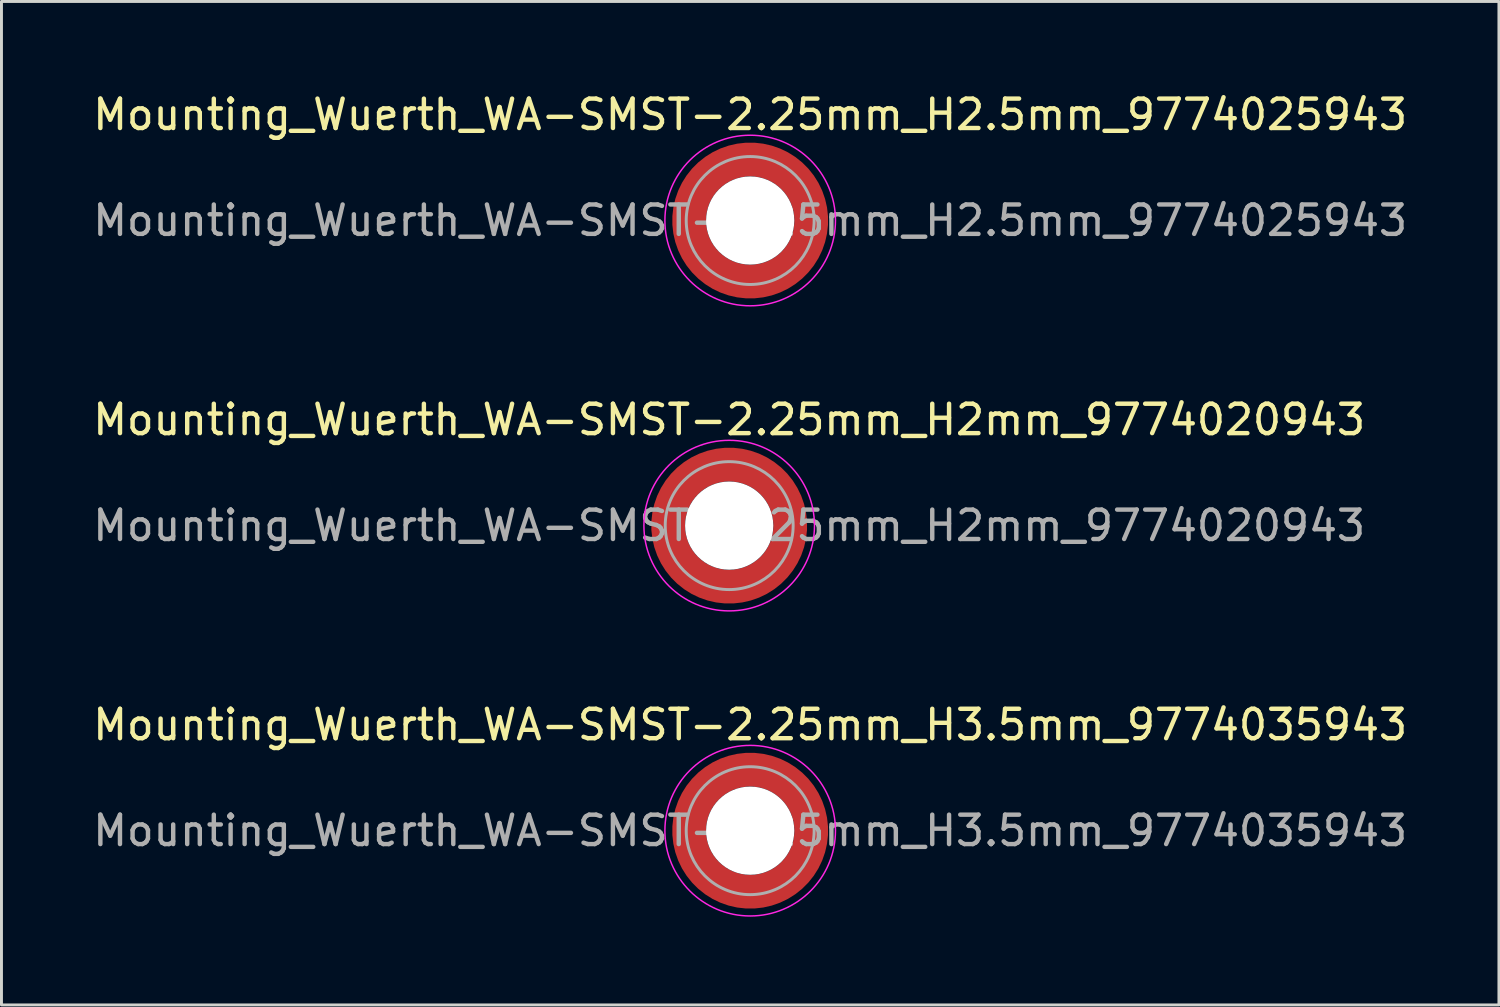
<source format=kicad_pcb>
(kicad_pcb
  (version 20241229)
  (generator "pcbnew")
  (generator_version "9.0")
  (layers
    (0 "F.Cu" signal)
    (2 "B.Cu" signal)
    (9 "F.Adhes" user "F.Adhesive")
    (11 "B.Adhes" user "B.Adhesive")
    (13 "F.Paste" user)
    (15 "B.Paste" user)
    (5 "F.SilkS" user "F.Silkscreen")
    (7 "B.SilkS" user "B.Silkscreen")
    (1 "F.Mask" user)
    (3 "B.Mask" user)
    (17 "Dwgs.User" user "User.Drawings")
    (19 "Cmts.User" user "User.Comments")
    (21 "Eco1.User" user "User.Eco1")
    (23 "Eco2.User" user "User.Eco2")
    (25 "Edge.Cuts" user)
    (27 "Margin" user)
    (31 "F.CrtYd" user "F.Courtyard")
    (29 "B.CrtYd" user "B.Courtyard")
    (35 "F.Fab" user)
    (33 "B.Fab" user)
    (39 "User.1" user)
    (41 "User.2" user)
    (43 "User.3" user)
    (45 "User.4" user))
  (footprint "Mounting_Wuerth_WA-SMST-2.25mm_H3.5mm_9774035943"
    (layer "F.Cu")
    (at 22.458 25.195)
    (property "Reference" "Mounting_Wuerth_WA-SMST-2.25mm_H3.5mm_9774035943" (at 0 -3.6 0) (layer "F.SilkS") (effects (font (size 1 1) (thickness 0.15))))
    (attr smd)
    (fp_circle (center 0 0) (end 2.9 0) (stroke (width 0.05) (type solid)) (fill no) (layer "F.CrtYd"))
    (fp_circle (center 0 0) (end 2.175 0) (stroke (width 0.1) (type solid)) (fill no) (layer "F.Fab"))
    (fp_text user "${REFERENCE}" (at 0 0 0) (layer "F.Fab") (effects (font (size 1 1) (thickness 0.15))))
    (pad "" smd custom (at -1.453 -1.453) (size 0.61 0.61) (layers "F.Paste") (options (anchor circle)) (primitives (gr_arc (start -0.147677 1.053104) (mid 0.285964 0.286792) (end 1.051968 -0.147393) (width 0.2)) (gr_arc (start -0.240295 1.053104) (mid 0.22253 0.222946) (end 1.052531 -0.24016) (width 0.2)) (gr_arc (start -0.332645 1.053104) (mid 0.158548 0.15965) (end 1.051583 -0.332304) (width 0.2)) (gr_arc (start -0.424767 1.053104) (mid 0.09486 0.096059) (end 1.051446 -0.424413) (width 0.2)) (gr_arc (start -0.516693 1.053104) (mid 0.031293 0.032346) (end 1.051645 -0.516396) (width 0.2)) (gr_arc (start -0.608448 1.053104) (mid -0.032323 -0.031316) (end 1.051707 -0.608176) (width 0.2)) (gr_arc (start -0.700056 1.053104) (mid -0.09616 -0.094758) (end 1.051155 -0.699693) (width 0.2)) (gr_arc (start -0.791534 1.053104) (mid -0.160388 -0.15781) (end 1.049515 -0.790891) (width 0.2)) (gr_arc (start -0.882896 1.053104) (mid -0.223713 -0.221764) (end 1.050388 -0.882429) (width 0.2)) (gr_arc (start -0.974157 1.053104) (mid -0.287654 -0.285101) (end 1.049541 -0.973567) (width 0.2)) (gr_line (start 1.053 -0.148) (end 1.053 -0.974) (width 0.2)) (gr_line (start -0.148 1.053) (end -0.974 1.053) (width 0.2))))
    (pad "" smd custom (at -1.453 1.453) (size 0.61 0.61) (layers "F.Paste") (options (anchor circle)) (primitives (gr_arc (start 1.053104 0.147677) (mid 0.286792 -0.285964) (end -0.147393 -1.051968) (width 0.2)) (gr_arc (start 1.053104 0.240295) (mid 0.222946 -0.22253) (end -0.24016 -1.052531) (width 0.2)) (gr_arc (start 1.053104 0.332645) (mid 0.15965 -0.158548) (end -0.332304 -1.051583) (width 0.2)) (gr_arc (start 1.053104 0.424767) (mid 0.096059 -0.09486) (end -0.424413 -1.051446) (width 0.2)) (gr_arc (start 1.053104 0.516693) (mid 0.032346 -0.031293) (end -0.516396 -1.051645) (width 0.2)) (gr_arc (start 1.053104 0.608448) (mid -0.031316 0.032323) (end -0.608176 -1.051707) (width 0.2)) (gr_arc (start 1.053104 0.700056) (mid -0.094758 0.09616) (end -0.699693 -1.051155) (width 0.2)) (gr_arc (start 1.053104 0.791534) (mid -0.15781 0.160388) (end -0.790891 -1.049515) (width 0.2)) (gr_arc (start 1.053104 0.882896) (mid -0.221764 0.223713) (end -0.882429 -1.050388) (width 0.2)) (gr_arc (start 1.053104 0.974157) (mid -0.285101 0.287654) (end -0.973567 -1.049541) (width 0.2)) (gr_line (start -0.148 -1.053) (end -0.974 -1.053) (width 0.2)) (gr_line (start 1.053 0.148) (end 1.053 0.974) (width 0.2))))
    (pad "" np_thru_hole circle (at 0 0) (size 3 3) (drill 3) (layers "*.Cu" "*.Mask"))
    (pad "" smd custom (at 1.453 -1.453) (size 0.61 0.61) (layers "F.Paste") (options (anchor circle)) (primitives (gr_arc (start -1.053104 -0.147677) (mid -0.286792 0.285964) (end 0.147393 1.051968) (width 0.2)) (gr_arc (start -1.053104 -0.240295) (mid -0.222946 0.22253) (end 0.24016 1.052531) (width 0.2)) (gr_arc (start -1.053104 -0.332645) (mid -0.15965 0.158548) (end 0.332304 1.051583) (width 0.2)) (gr_arc (start -1.053104 -0.424767) (mid -0.096059 0.09486) (end 0.424413 1.051446) (width 0.2)) (gr_arc (start -1.053104 -0.516693) (mid -0.032346 0.031293) (end 0.516396 1.051645) (width 0.2)) (gr_arc (start -1.053104 -0.608448) (mid 0.031316 -0.032323) (end 0.608176 1.051707) (width 0.2)) (gr_arc (start -1.053104 -0.700056) (mid 0.094758 -0.09616) (end 0.699693 1.051155) (width 0.2)) (gr_arc (start -1.053104 -0.791534) (mid 0.15781 -0.160388) (end 0.790891 1.049515) (width 0.2)) (gr_arc (start -1.053104 -0.882896) (mid 0.221764 -0.223713) (end 0.882429 1.050388) (width 0.2)) (gr_arc (start -1.053104 -0.974157) (mid 0.285101 -0.287654) (end 0.973567 1.049541) (width 0.2)) (gr_line (start 0.148 1.053) (end 0.974 1.053) (width 0.2)) (gr_line (start -1.053 -0.148) (end -1.053 -0.974) (width 0.2))))
    (pad "" smd custom (at 1.453 1.453) (size 0.61 0.61) (layers "F.Paste") (options (anchor circle)) (primitives (gr_arc (start 0.147677 -1.053104) (mid -0.285964 -0.286792) (end -1.051968 0.147393) (width 0.2)) (gr_arc (start 0.240295 -1.053104) (mid -0.22253 -0.222946) (end -1.052531 0.24016) (width 0.2)) (gr_arc (start 0.332645 -1.053104) (mid -0.158548 -0.15965) (end -1.051583 0.332304) (width 0.2)) (gr_arc (start 0.424767 -1.053104) (mid -0.09486 -0.096059) (end -1.051446 0.424413) (width 0.2)) (gr_arc (start 0.516693 -1.053104) (mid -0.031293 -0.032346) (end -1.051645 0.516396) (width 0.2)) (gr_arc (start 0.608448 -1.053104) (mid 0.032323 0.031316) (end -1.051707 0.608176) (width 0.2)) (gr_arc (start 0.700056 -1.053104) (mid 0.09616 0.094758) (end -1.051155 0.699693) (width 0.2)) (gr_arc (start 0.791534 -1.053104) (mid 0.160388 0.15781) (end -1.049515 0.790891) (width 0.2)) (gr_arc (start 0.882896 -1.053104) (mid 0.223713 0.221764) (end -1.050388 0.882429) (width 0.2)) (gr_arc (start 0.974157 -1.053104) (mid 0.287654 0.285101) (end -1.049541 0.973567) (width 0.2)) (gr_line (start -1.053 0.148) (end -1.053 0.974) (width 0.2)) (gr_line (start 0.148 -1.053) (end 0.974 -1.053) (width 0.2))))
    (pad "1" smd circle (at -2.075 0) (size 0.75 0.75) (layers "F.Cu"))
    (pad "1" smd circle (at 0 -2.075) (size 0.75 0.75) (layers "F.Cu"))
    (pad "1" smd circle (at 0 2.075) (size 0.75 0.75) (layers "F.Cu"))
    (pad "1" smd custom (at 2.075 0) (size 0.75 0.75) (layers "F.Cu" "F.Mask") (options (anchor circle)) (primitives (gr_circle (center -2.075 0) (end 0 0) (width 1.15) (fill no)))))
  (footprint "Mounting_Wuerth_WA-SMST-2.25mm_H2.5mm_9774025943"
    (layer "F.Cu")
    (at 22.458 4.448)
    (property "Reference" "Mounting_Wuerth_WA-SMST-2.25mm_H2.5mm_9774025943" (at 0 -3.6 0) (layer "F.SilkS") (effects (font (size 1 1) (thickness 0.15))))
    (attr smd)
    (fp_circle (center 0 0) (end 2.9 0) (stroke (width 0.05) (type solid)) (fill no) (layer "F.CrtYd"))
    (fp_circle (center 0 0) (end 2.175 0) (stroke (width 0.1) (type solid)) (fill no) (layer "F.Fab"))
    (fp_text user "${REFERENCE}" (at 0 0 0) (layer "F.Fab") (effects (font (size 1 1) (thickness 0.15))))
    (pad "" smd custom (at -1.453 -1.453) (size 0.61 0.61) (layers "F.Paste") (options (anchor circle)) (primitives (gr_arc (start -0.147677 1.053104) (mid 0.285964 0.286792) (end 1.051968 -0.147393) (width 0.2)) (gr_arc (start -0.240295 1.053104) (mid 0.22253 0.222946) (end 1.052531 -0.24016) (width 0.2)) (gr_arc (start -0.332645 1.053104) (mid 0.158548 0.15965) (end 1.051583 -0.332304) (width 0.2)) (gr_arc (start -0.424767 1.053104) (mid 0.09486 0.096059) (end 1.051446 -0.424413) (width 0.2)) (gr_arc (start -0.516693 1.053104) (mid 0.031293 0.032346) (end 1.051645 -0.516396) (width 0.2)) (gr_arc (start -0.608448 1.053104) (mid -0.032323 -0.031316) (end 1.051707 -0.608176) (width 0.2)) (gr_arc (start -0.700056 1.053104) (mid -0.09616 -0.094758) (end 1.051155 -0.699693) (width 0.2)) (gr_arc (start -0.791534 1.053104) (mid -0.160388 -0.15781) (end 1.049515 -0.790891) (width 0.2)) (gr_arc (start -0.882896 1.053104) (mid -0.223713 -0.221764) (end 1.050388 -0.882429) (width 0.2)) (gr_arc (start -0.974157 1.053104) (mid -0.287654 -0.285101) (end 1.049541 -0.973567) (width 0.2)) (gr_line (start 1.053 -0.148) (end 1.053 -0.974) (width 0.2)) (gr_line (start -0.148 1.053) (end -0.974 1.053) (width 0.2))))
    (pad "" smd custom (at -1.453 1.453) (size 0.61 0.61) (layers "F.Paste") (options (anchor circle)) (primitives (gr_arc (start 1.053104 0.147677) (mid 0.286792 -0.285964) (end -0.147393 -1.051968) (width 0.2)) (gr_arc (start 1.053104 0.240295) (mid 0.222946 -0.22253) (end -0.24016 -1.052531) (width 0.2)) (gr_arc (start 1.053104 0.332645) (mid 0.15965 -0.158548) (end -0.332304 -1.051583) (width 0.2)) (gr_arc (start 1.053104 0.424767) (mid 0.096059 -0.09486) (end -0.424413 -1.051446) (width 0.2)) (gr_arc (start 1.053104 0.516693) (mid 0.032346 -0.031293) (end -0.516396 -1.051645) (width 0.2)) (gr_arc (start 1.053104 0.608448) (mid -0.031316 0.032323) (end -0.608176 -1.051707) (width 0.2)) (gr_arc (start 1.053104 0.700056) (mid -0.094758 0.09616) (end -0.699693 -1.051155) (width 0.2)) (gr_arc (start 1.053104 0.791534) (mid -0.15781 0.160388) (end -0.790891 -1.049515) (width 0.2)) (gr_arc (start 1.053104 0.882896) (mid -0.221764 0.223713) (end -0.882429 -1.050388) (width 0.2)) (gr_arc (start 1.053104 0.974157) (mid -0.285101 0.287654) (end -0.973567 -1.049541) (width 0.2)) (gr_line (start -0.148 -1.053) (end -0.974 -1.053) (width 0.2)) (gr_line (start 1.053 0.148) (end 1.053 0.974) (width 0.2))))
    (pad "" np_thru_hole circle (at 0 0) (size 3 3) (drill 3) (layers "*.Cu" "*.Mask"))
    (pad "" smd custom (at 1.453 -1.453) (size 0.61 0.61) (layers "F.Paste") (options (anchor circle)) (primitives (gr_arc (start -1.053104 -0.147677) (mid -0.286792 0.285964) (end 0.147393 1.051968) (width 0.2)) (gr_arc (start -1.053104 -0.240295) (mid -0.222946 0.22253) (end 0.24016 1.052531) (width 0.2)) (gr_arc (start -1.053104 -0.332645) (mid -0.15965 0.158548) (end 0.332304 1.051583) (width 0.2)) (gr_arc (start -1.053104 -0.424767) (mid -0.096059 0.09486) (end 0.424413 1.051446) (width 0.2)) (gr_arc (start -1.053104 -0.516693) (mid -0.032346 0.031293) (end 0.516396 1.051645) (width 0.2)) (gr_arc (start -1.053104 -0.608448) (mid 0.031316 -0.032323) (end 0.608176 1.051707) (width 0.2)) (gr_arc (start -1.053104 -0.700056) (mid 0.094758 -0.09616) (end 0.699693 1.051155) (width 0.2)) (gr_arc (start -1.053104 -0.791534) (mid 0.15781 -0.160388) (end 0.790891 1.049515) (width 0.2)) (gr_arc (start -1.053104 -0.882896) (mid 0.221764 -0.223713) (end 0.882429 1.050388) (width 0.2)) (gr_arc (start -1.053104 -0.974157) (mid 0.285101 -0.287654) (end 0.973567 1.049541) (width 0.2)) (gr_line (start 0.148 1.053) (end 0.974 1.053) (width 0.2)) (gr_line (start -1.053 -0.148) (end -1.053 -0.974) (width 0.2))))
    (pad "" smd custom (at 1.453 1.453) (size 0.61 0.61) (layers "F.Paste") (options (anchor circle)) (primitives (gr_arc (start 0.147677 -1.053104) (mid -0.285964 -0.286792) (end -1.051968 0.147393) (width 0.2)) (gr_arc (start 0.240295 -1.053104) (mid -0.22253 -0.222946) (end -1.052531 0.24016) (width 0.2)) (gr_arc (start 0.332645 -1.053104) (mid -0.158548 -0.15965) (end -1.051583 0.332304) (width 0.2)) (gr_arc (start 0.424767 -1.053104) (mid -0.09486 -0.096059) (end -1.051446 0.424413) (width 0.2)) (gr_arc (start 0.516693 -1.053104) (mid -0.031293 -0.032346) (end -1.051645 0.516396) (width 0.2)) (gr_arc (start 0.608448 -1.053104) (mid 0.032323 0.031316) (end -1.051707 0.608176) (width 0.2)) (gr_arc (start 0.700056 -1.053104) (mid 0.09616 0.094758) (end -1.051155 0.699693) (width 0.2)) (gr_arc (start 0.791534 -1.053104) (mid 0.160388 0.15781) (end -1.049515 0.790891) (width 0.2)) (gr_arc (start 0.882896 -1.053104) (mid 0.223713 0.221764) (end -1.050388 0.882429) (width 0.2)) (gr_arc (start 0.974157 -1.053104) (mid 0.287654 0.285101) (end -1.049541 0.973567) (width 0.2)) (gr_line (start -1.053 0.148) (end -1.053 0.974) (width 0.2)) (gr_line (start 0.148 -1.053) (end 0.974 -1.053) (width 0.2))))
    (pad "1" smd circle (at -2.075 0) (size 0.75 0.75) (layers "F.Cu"))
    (pad "1" smd circle (at 0 -2.075) (size 0.75 0.75) (layers "F.Cu"))
    (pad "1" smd circle (at 0 2.075) (size 0.75 0.75) (layers "F.Cu"))
    (pad "1" smd custom (at 2.075 0) (size 0.75 0.75) (layers "F.Cu" "F.Mask") (options (anchor circle)) (primitives (gr_circle (center -2.075 0) (end 0 0) (width 1.15) (fill no)))))
  (footprint "Mounting_Wuerth_WA-SMST-2.25mm_H2mm_9774020943"
    (layer "F.Cu")
    (at 21.744 14.822)
    (property "Reference" "Mounting_Wuerth_WA-SMST-2.25mm_H2mm_9774020943" (at 0 -3.6 0) (layer "F.SilkS") (effects (font (size 1 1) (thickness 0.15))))
    (attr smd)
    (fp_circle (center 0 0) (end 2.9 0) (stroke (width 0.05) (type solid)) (fill no) (layer "F.CrtYd"))
    (fp_circle (center 0 0) (end 2.175 0) (stroke (width 0.1) (type solid)) (fill no) (layer "F.Fab"))
    (fp_text user "${REFERENCE}" (at 0 0 0) (layer "F.Fab") (effects (font (size 1 1) (thickness 0.15))))
    (pad "" smd custom (at -1.453 -1.453) (size 0.61 0.61) (layers "F.Paste") (options (anchor circle)) (primitives (gr_arc (start -0.147677 1.053104) (mid 0.285964 0.286792) (end 1.051968 -0.147393) (width 0.2)) (gr_arc (start -0.240295 1.053104) (mid 0.22253 0.222946) (end 1.052531 -0.24016) (width 0.2)) (gr_arc (start -0.332645 1.053104) (mid 0.158548 0.15965) (end 1.051583 -0.332304) (width 0.2)) (gr_arc (start -0.424767 1.053104) (mid 0.09486 0.096059) (end 1.051446 -0.424413) (width 0.2)) (gr_arc (start -0.516693 1.053104) (mid 0.031293 0.032346) (end 1.051645 -0.516396) (width 0.2)) (gr_arc (start -0.608448 1.053104) (mid -0.032323 -0.031316) (end 1.051707 -0.608176) (width 0.2)) (gr_arc (start -0.700056 1.053104) (mid -0.09616 -0.094758) (end 1.051155 -0.699693) (width 0.2)) (gr_arc (start -0.791534 1.053104) (mid -0.160388 -0.15781) (end 1.049515 -0.790891) (width 0.2)) (gr_arc (start -0.882896 1.053104) (mid -0.223713 -0.221764) (end 1.050388 -0.882429) (width 0.2)) (gr_arc (start -0.974157 1.053104) (mid -0.287654 -0.285101) (end 1.049541 -0.973567) (width 0.2)) (gr_line (start 1.053 -0.148) (end 1.053 -0.974) (width 0.2)) (gr_line (start -0.148 1.053) (end -0.974 1.053) (width 0.2))))
    (pad "" smd custom (at -1.453 1.453) (size 0.61 0.61) (layers "F.Paste") (options (anchor circle)) (primitives (gr_arc (start 1.053104 0.147677) (mid 0.286792 -0.285964) (end -0.147393 -1.051968) (width 0.2)) (gr_arc (start 1.053104 0.240295) (mid 0.222946 -0.22253) (end -0.24016 -1.052531) (width 0.2)) (gr_arc (start 1.053104 0.332645) (mid 0.15965 -0.158548) (end -0.332304 -1.051583) (width 0.2)) (gr_arc (start 1.053104 0.424767) (mid 0.096059 -0.09486) (end -0.424413 -1.051446) (width 0.2)) (gr_arc (start 1.053104 0.516693) (mid 0.032346 -0.031293) (end -0.516396 -1.051645) (width 0.2)) (gr_arc (start 1.053104 0.608448) (mid -0.031316 0.032323) (end -0.608176 -1.051707) (width 0.2)) (gr_arc (start 1.053104 0.700056) (mid -0.094758 0.09616) (end -0.699693 -1.051155) (width 0.2)) (gr_arc (start 1.053104 0.791534) (mid -0.15781 0.160388) (end -0.790891 -1.049515) (width 0.2)) (gr_arc (start 1.053104 0.882896) (mid -0.221764 0.223713) (end -0.882429 -1.050388) (width 0.2)) (gr_arc (start 1.053104 0.974157) (mid -0.285101 0.287654) (end -0.973567 -1.049541) (width 0.2)) (gr_line (start -0.148 -1.053) (end -0.974 -1.053) (width 0.2)) (gr_line (start 1.053 0.148) (end 1.053 0.974) (width 0.2))))
    (pad "" np_thru_hole circle (at 0 0) (size 3 3) (drill 3) (layers "*.Cu" "*.Mask"))
    (pad "" smd custom (at 1.453 -1.453) (size 0.61 0.61) (layers "F.Paste") (options (anchor circle)) (primitives (gr_arc (start -1.053104 -0.147677) (mid -0.286792 0.285964) (end 0.147393 1.051968) (width 0.2)) (gr_arc (start -1.053104 -0.240295) (mid -0.222946 0.22253) (end 0.24016 1.052531) (width 0.2)) (gr_arc (start -1.053104 -0.332645) (mid -0.15965 0.158548) (end 0.332304 1.051583) (width 0.2)) (gr_arc (start -1.053104 -0.424767) (mid -0.096059 0.09486) (end 0.424413 1.051446) (width 0.2)) (gr_arc (start -1.053104 -0.516693) (mid -0.032346 0.031293) (end 0.516396 1.051645) (width 0.2)) (gr_arc (start -1.053104 -0.608448) (mid 0.031316 -0.032323) (end 0.608176 1.051707) (width 0.2)) (gr_arc (start -1.053104 -0.700056) (mid 0.094758 -0.09616) (end 0.699693 1.051155) (width 0.2)) (gr_arc (start -1.053104 -0.791534) (mid 0.15781 -0.160388) (end 0.790891 1.049515) (width 0.2)) (gr_arc (start -1.053104 -0.882896) (mid 0.221764 -0.223713) (end 0.882429 1.050388) (width 0.2)) (gr_arc (start -1.053104 -0.974157) (mid 0.285101 -0.287654) (end 0.973567 1.049541) (width 0.2)) (gr_line (start 0.148 1.053) (end 0.974 1.053) (width 0.2)) (gr_line (start -1.053 -0.148) (end -1.053 -0.974) (width 0.2))))
    (pad "" smd custom (at 1.453 1.453) (size 0.61 0.61) (layers "F.Paste") (options (anchor circle)) (primitives (gr_arc (start 0.147677 -1.053104) (mid -0.285964 -0.286792) (end -1.051968 0.147393) (width 0.2)) (gr_arc (start 0.240295 -1.053104) (mid -0.22253 -0.222946) (end -1.052531 0.24016) (width 0.2)) (gr_arc (start 0.332645 -1.053104) (mid -0.158548 -0.15965) (end -1.051583 0.332304) (width 0.2)) (gr_arc (start 0.424767 -1.053104) (mid -0.09486 -0.096059) (end -1.051446 0.424413) (width 0.2)) (gr_arc (start 0.516693 -1.053104) (mid -0.031293 -0.032346) (end -1.051645 0.516396) (width 0.2)) (gr_arc (start 0.608448 -1.053104) (mid 0.032323 0.031316) (end -1.051707 0.608176) (width 0.2)) (gr_arc (start 0.700056 -1.053104) (mid 0.09616 0.094758) (end -1.051155 0.699693) (width 0.2)) (gr_arc (start 0.791534 -1.053104) (mid 0.160388 0.15781) (end -1.049515 0.790891) (width 0.2)) (gr_arc (start 0.882896 -1.053104) (mid 0.223713 0.221764) (end -1.050388 0.882429) (width 0.2)) (gr_arc (start 0.974157 -1.053104) (mid 0.287654 0.285101) (end -1.049541 0.973567) (width 0.2)) (gr_line (start -1.053 0.148) (end -1.053 0.974) (width 0.2)) (gr_line (start 0.148 -1.053) (end 0.974 -1.053) (width 0.2))))
    (pad "1" smd circle (at -2.075 0) (size 0.75 0.75) (layers "F.Cu"))
    (pad "1" smd circle (at 0 -2.075) (size 0.75 0.75) (layers "F.Cu"))
    (pad "1" smd circle (at 0 2.075) (size 0.75 0.75) (layers "F.Cu"))
    (pad "1" smd custom (at 2.075 0) (size 0.75 0.75) (layers "F.Cu" "F.Mask") (options (anchor circle)) (primitives (gr_circle (center -2.075 0) (end 0 0) (width 1.15) (fill no)))))
  (gr_rect
    (start -3 -3)
    (end 47.917 31.12)
    (stroke (width 0.1) (type default))
    (fill no)
    (layer "Edge.Cuts")))
</source>
